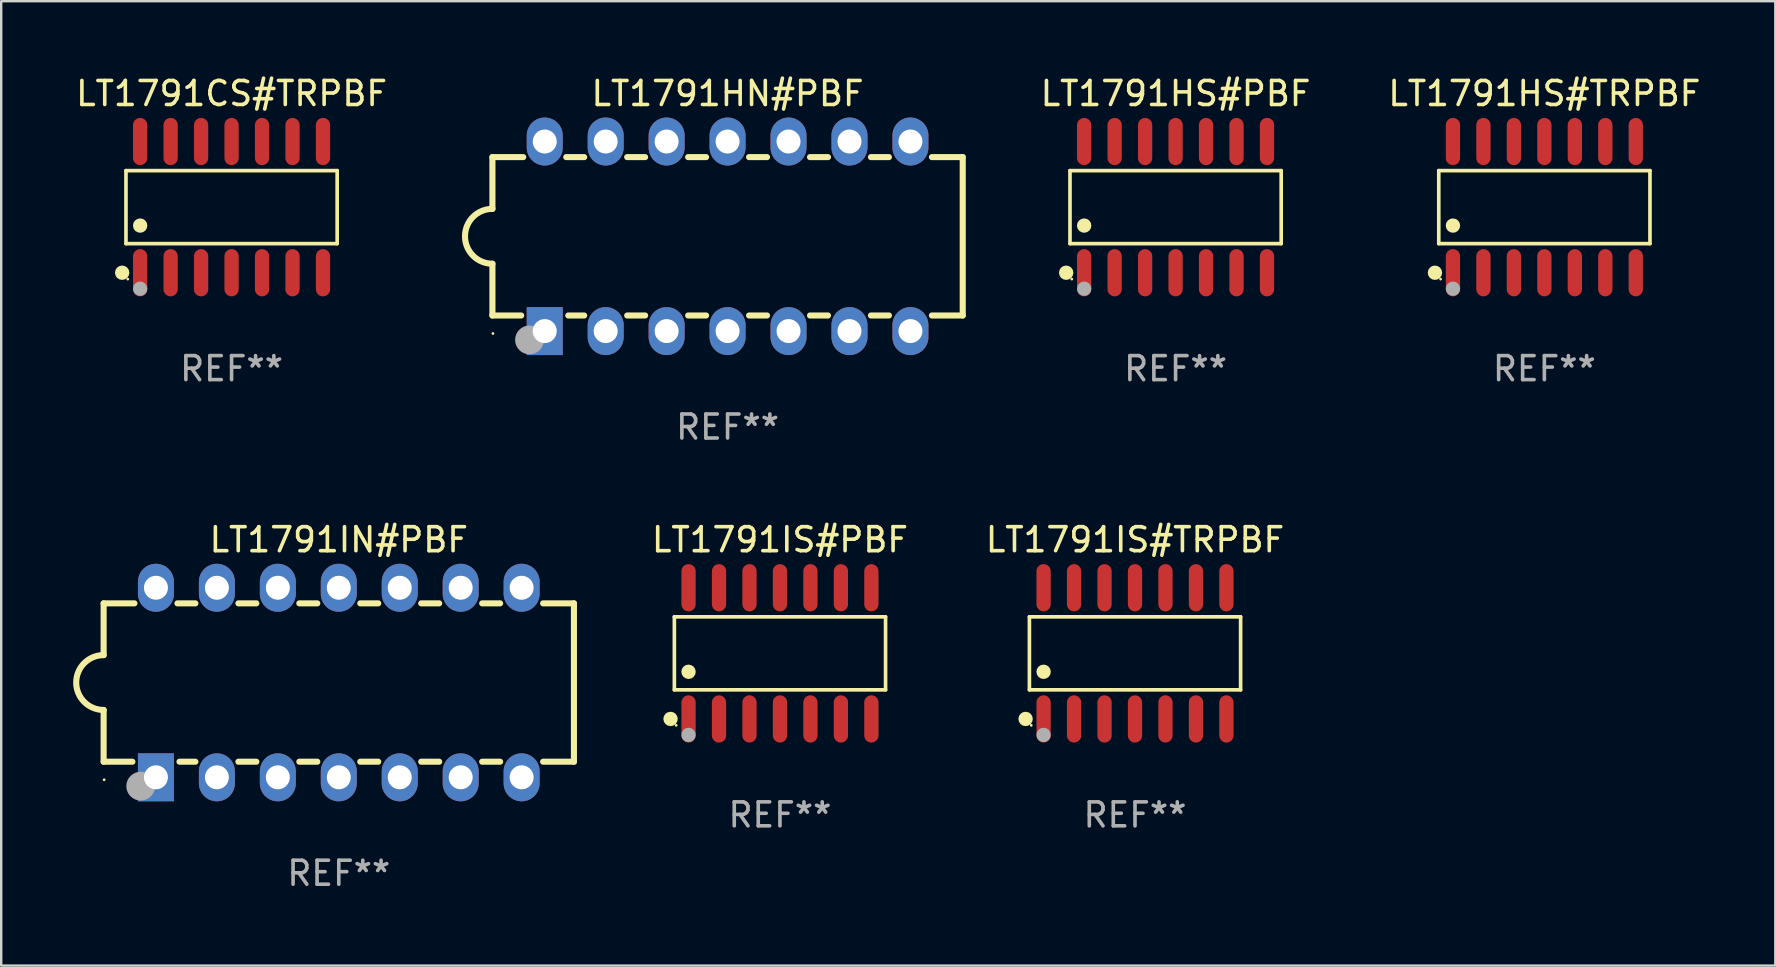
<source format=kicad_pcb>
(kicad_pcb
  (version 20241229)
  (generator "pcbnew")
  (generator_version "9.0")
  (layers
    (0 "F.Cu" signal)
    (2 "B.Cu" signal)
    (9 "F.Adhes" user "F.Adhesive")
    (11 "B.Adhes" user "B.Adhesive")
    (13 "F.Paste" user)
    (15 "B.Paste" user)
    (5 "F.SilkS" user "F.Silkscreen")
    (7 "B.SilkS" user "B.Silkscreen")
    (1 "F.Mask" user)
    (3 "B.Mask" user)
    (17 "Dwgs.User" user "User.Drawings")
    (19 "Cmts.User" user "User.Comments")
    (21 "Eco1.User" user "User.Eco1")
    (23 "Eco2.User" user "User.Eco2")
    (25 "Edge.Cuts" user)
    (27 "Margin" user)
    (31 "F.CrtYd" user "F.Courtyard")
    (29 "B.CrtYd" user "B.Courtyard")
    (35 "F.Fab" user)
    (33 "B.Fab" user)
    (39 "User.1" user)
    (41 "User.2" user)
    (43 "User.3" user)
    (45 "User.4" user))
  (footprint "LT1791HS#PBF"
    (layer "F.Cu")
    (at 45.943 5.582)
    (property "Reference" "LT1791HS#PBF" (at 0 -4.734 0) (layer "F.SilkS") (effects (font (size 1 1) (thickness 0.15))))
    (attr through_hole)
    (fp_line (start -4.401 -1.521) (end 4.401 -1.521) (stroke (width 0.152) (type solid)) (layer "F.SilkS"))
    (fp_line (start -4.401 1.521) (end -4.401 -1.521) (stroke (width 0.152) (type solid)) (layer "F.SilkS"))
    (fp_line (start 4.401 -1.521) (end 4.401 1.521) (stroke (width 0.152) (type solid)) (layer "F.SilkS"))
    (fp_line (start 4.401 1.521) (end -4.401 1.521) (stroke (width 0.152) (type solid)) (layer "F.SilkS"))
    (fp_circle (center -4.56 2.734) (end -4.41 2.734) (stroke (width 0.3) (type solid)) (fill no) (layer "F.SilkS"))
    (fp_circle (center -4.325 3) (end -4.295 3) (stroke (width 0.06) (type solid)) (fill no) (layer "F.SilkS"))
    (fp_circle (center -3.81 0.769) (end -3.66 0.769) (stroke (width 0.3) (type solid)) (fill no) (layer "F.SilkS"))
    (fp_circle (center -3.81 3.4) (end -3.66 3.4) (stroke (width 0.3) (type solid)) (fill no) (layer "F.Fab"))
    (fp_text user "REF**" (at 0 6.734 0) (layer "F.Fab") (effects (font (size 1 1) (thickness 0.15))))
    (pad "1" smd oval (at -3.81 2.734) (size 0.595 1.968) (layers "F.Cu" "F.Mask" "F.Paste"))
    (pad "2" smd oval (at -2.54 2.734) (size 0.595 1.968) (layers "F.Cu" "F.Mask" "F.Paste"))
    (pad "3" smd oval (at -1.27 2.734) (size 0.595 1.968) (layers "F.Cu" "F.Mask" "F.Paste"))
    (pad "4" smd oval (at 0 2.734) (size 0.595 1.968) (layers "F.Cu" "F.Mask" "F.Paste"))
    (pad "5" smd oval (at 1.27 2.734) (size 0.595 1.968) (layers "F.Cu" "F.Mask" "F.Paste"))
    (pad "6" smd oval (at 2.54 2.734) (size 0.595 1.968) (layers "F.Cu" "F.Mask" "F.Paste"))
    (pad "7" smd oval (at 3.81 2.734) (size 0.595 1.968) (layers "F.Cu" "F.Mask" "F.Paste"))
    (pad "8" smd oval (at 3.81 -2.734) (size 0.595 1.968) (layers "F.Cu" "F.Mask" "F.Paste"))
    (pad "9" smd oval (at 2.54 -2.734) (size 0.595 1.968) (layers "F.Cu" "F.Mask" "F.Paste"))
    (pad "10" smd oval (at 1.27 -2.734) (size 0.595 1.968) (layers "F.Cu" "F.Mask" "F.Paste"))
    (pad "11" smd oval (at 0 -2.734) (size 0.595 1.968) (layers "F.Cu" "F.Mask" "F.Paste"))
    (pad "12" smd oval (at -1.27 -2.734) (size 0.595 1.968) (layers "F.Cu" "F.Mask" "F.Paste"))
    (pad "13" smd oval (at -2.54 -2.734) (size 0.595 1.968) (layers "F.Cu" "F.Mask" "F.Paste"))
    (pad "14" smd oval (at -3.81 -2.734) (size 0.595 1.968) (layers "F.Cu" "F.Mask" "F.Paste")))
  (footprint "LT1791IS#TRPBF"
    (layer "F.Cu")
    (at 44.252 24.178)
    (property "Reference" "LT1791IS#TRPBF" (at 0 -4.734 0) (layer "F.SilkS") (effects (font (size 1 1) (thickness 0.15))))
    (attr through_hole)
    (fp_line (start -4.401 -1.521) (end 4.401 -1.521) (stroke (width 0.152) (type solid)) (layer "F.SilkS"))
    (fp_line (start -4.401 1.521) (end -4.401 -1.521) (stroke (width 0.152) (type solid)) (layer "F.SilkS"))
    (fp_line (start 4.401 -1.521) (end 4.401 1.521) (stroke (width 0.152) (type solid)) (layer "F.SilkS"))
    (fp_line (start 4.401 1.521) (end -4.401 1.521) (stroke (width 0.152) (type solid)) (layer "F.SilkS"))
    (fp_circle (center -4.56 2.734) (end -4.41 2.734) (stroke (width 0.3) (type solid)) (fill no) (layer "F.SilkS"))
    (fp_circle (center -4.325 3) (end -4.295 3) (stroke (width 0.06) (type solid)) (fill no) (layer "F.SilkS"))
    (fp_circle (center -3.81 0.769) (end -3.66 0.769) (stroke (width 0.3) (type solid)) (fill no) (layer "F.SilkS"))
    (fp_circle (center -3.81 3.4) (end -3.66 3.4) (stroke (width 0.3) (type solid)) (fill no) (layer "F.Fab"))
    (fp_text user "REF**" (at 0 6.734 0) (layer "F.Fab") (effects (font (size 1 1) (thickness 0.15))))
    (pad "1" smd oval (at -3.81 2.734) (size 0.595 1.968) (layers "F.Cu" "F.Mask" "F.Paste"))
    (pad "2" smd oval (at -2.54 2.734) (size 0.595 1.968) (layers "F.Cu" "F.Mask" "F.Paste"))
    (pad "3" smd oval (at -1.27 2.734) (size 0.595 1.968) (layers "F.Cu" "F.Mask" "F.Paste"))
    (pad "4" smd oval (at 0 2.734) (size 0.595 1.968) (layers "F.Cu" "F.Mask" "F.Paste"))
    (pad "5" smd oval (at 1.27 2.734) (size 0.595 1.968) (layers "F.Cu" "F.Mask" "F.Paste"))
    (pad "6" smd oval (at 2.54 2.734) (size 0.595 1.968) (layers "F.Cu" "F.Mask" "F.Paste"))
    (pad "7" smd oval (at 3.81 2.734) (size 0.595 1.968) (layers "F.Cu" "F.Mask" "F.Paste"))
    (pad "8" smd oval (at 3.81 -2.734) (size 0.595 1.968) (layers "F.Cu" "F.Mask" "F.Paste"))
    (pad "9" smd oval (at 2.54 -2.734) (size 0.595 1.968) (layers "F.Cu" "F.Mask" "F.Paste"))
    (pad "10" smd oval (at 1.27 -2.734) (size 0.595 1.968) (layers "F.Cu" "F.Mask" "F.Paste"))
    (pad "11" smd oval (at 0 -2.734) (size 0.595 1.968) (layers "F.Cu" "F.Mask" "F.Paste"))
    (pad "12" smd oval (at -1.27 -2.734) (size 0.595 1.968) (layers "F.Cu" "F.Mask" "F.Paste"))
    (pad "13" smd oval (at -2.54 -2.734) (size 0.595 1.968) (layers "F.Cu" "F.Mask" "F.Paste"))
    (pad "14" smd oval (at -3.81 -2.734) (size 0.595 1.968) (layers "F.Cu" "F.Mask" "F.Paste")))
  (footprint "LT1791IS#PBF"
    (layer "F.Cu")
    (at 29.455 24.178)
    (property "Reference" "LT1791IS#PBF" (at 0 -4.734 0) (layer "F.SilkS") (effects (font (size 1 1) (thickness 0.15))))
    (attr through_hole)
    (fp_line (start -4.401 -1.521) (end 4.401 -1.521) (stroke (width 0.152) (type solid)) (layer "F.SilkS"))
    (fp_line (start -4.401 1.521) (end -4.401 -1.521) (stroke (width 0.152) (type solid)) (layer "F.SilkS"))
    (fp_line (start 4.401 -1.521) (end 4.401 1.521) (stroke (width 0.152) (type solid)) (layer "F.SilkS"))
    (fp_line (start 4.401 1.521) (end -4.401 1.521) (stroke (width 0.152) (type solid)) (layer "F.SilkS"))
    (fp_circle (center -4.56 2.734) (end -4.41 2.734) (stroke (width 0.3) (type solid)) (fill no) (layer "F.SilkS"))
    (fp_circle (center -4.325 3) (end -4.295 3) (stroke (width 0.06) (type solid)) (fill no) (layer "F.SilkS"))
    (fp_circle (center -3.81 0.769) (end -3.66 0.769) (stroke (width 0.3) (type solid)) (fill no) (layer "F.SilkS"))
    (fp_circle (center -3.81 3.4) (end -3.66 3.4) (stroke (width 0.3) (type solid)) (fill no) (layer "F.Fab"))
    (fp_text user "REF**" (at 0 6.734 0) (layer "F.Fab") (effects (font (size 1 1) (thickness 0.15))))
    (pad "1" smd oval (at -3.81 2.734) (size 0.595 1.968) (layers "F.Cu" "F.Mask" "F.Paste"))
    (pad "2" smd oval (at -2.54 2.734) (size 0.595 1.968) (layers "F.Cu" "F.Mask" "F.Paste"))
    (pad "3" smd oval (at -1.27 2.734) (size 0.595 1.968) (layers "F.Cu" "F.Mask" "F.Paste"))
    (pad "4" smd oval (at 0 2.734) (size 0.595 1.968) (layers "F.Cu" "F.Mask" "F.Paste"))
    (pad "5" smd oval (at 1.27 2.734) (size 0.595 1.968) (layers "F.Cu" "F.Mask" "F.Paste"))
    (pad "6" smd oval (at 2.54 2.734) (size 0.595 1.968) (layers "F.Cu" "F.Mask" "F.Paste"))
    (pad "7" smd oval (at 3.81 2.734) (size 0.595 1.968) (layers "F.Cu" "F.Mask" "F.Paste"))
    (pad "8" smd oval (at 3.81 -2.734) (size 0.595 1.968) (layers "F.Cu" "F.Mask" "F.Paste"))
    (pad "9" smd oval (at 2.54 -2.734) (size 0.595 1.968) (layers "F.Cu" "F.Mask" "F.Paste"))
    (pad "10" smd oval (at 1.27 -2.734) (size 0.595 1.968) (layers "F.Cu" "F.Mask" "F.Paste"))
    (pad "11" smd oval (at 0 -2.734) (size 0.595 1.968) (layers "F.Cu" "F.Mask" "F.Paste"))
    (pad "12" smd oval (at -1.27 -2.734) (size 0.595 1.968) (layers "F.Cu" "F.Mask" "F.Paste"))
    (pad "13" smd oval (at -2.54 -2.734) (size 0.595 1.968) (layers "F.Cu" "F.Mask" "F.Paste"))
    (pad "14" smd oval (at -3.81 -2.734) (size 0.595 1.968) (layers "F.Cu" "F.Mask" "F.Paste")))
  (footprint "LT1791HN#PBF"
    (layer "F.Cu")
    (at 27.272 6.798)
    (property "Reference" "LT1791HN#PBF" (at 0 -5.95 0) (layer "F.SilkS") (effects (font (size 1 1) (thickness 0.15))))
    (attr through_hole)
    (fp_line (start -9.8 -3.3) (end -9.8 -1.143) (stroke (width 0.254) (type solid)) (layer "F.SilkS"))
    (fp_line (start -9.8 -3.3) (end -8.516 -3.3) (stroke (width 0.254) (type solid)) (layer "F.SilkS"))
    (fp_line (start -9.8 3.3) (end -9.8 1.143) (stroke (width 0.254) (type solid)) (layer "F.SilkS"))
    (fp_line (start -8.601 3.3) (end -9.8 3.3) (stroke (width 0.254) (type solid)) (layer "F.SilkS"))
    (fp_line (start -6.724 -3.3) (end -5.976 -3.3) (stroke (width 0.254) (type solid)) (layer "F.SilkS"))
    (fp_line (start -5.976 3.3) (end -6.639 3.3) (stroke (width 0.254) (type solid)) (layer "F.SilkS"))
    (fp_line (start -4.184 -3.3) (end -3.436 -3.3) (stroke (width 0.254) (type solid)) (layer "F.SilkS"))
    (fp_line (start -3.436 3.3) (end -4.184 3.3) (stroke (width 0.254) (type solid)) (layer "F.SilkS"))
    (fp_line (start -1.644 -3.3) (end -0.896 -3.3) (stroke (width 0.254) (type solid)) (layer "F.SilkS"))
    (fp_line (start -0.896 3.3) (end -1.644 3.3) (stroke (width 0.254) (type solid)) (layer "F.SilkS"))
    (fp_line (start 0.896 -3.3) (end 1.644 -3.3) (stroke (width 0.254) (type solid)) (layer "F.SilkS"))
    (fp_line (start 1.644 3.3) (end 0.896 3.3) (stroke (width 0.254) (type solid)) (layer "F.SilkS"))
    (fp_line (start 3.436 -3.3) (end 4.184 -3.3) (stroke (width 0.254) (type solid)) (layer "F.SilkS"))
    (fp_line (start 4.184 3.3) (end 3.436 3.3) (stroke (width 0.254) (type solid)) (layer "F.SilkS"))
    (fp_line (start 5.976 -3.3) (end 6.724 -3.3) (stroke (width 0.254) (type solid)) (layer "F.SilkS"))
    (fp_line (start 6.724 3.3) (end 5.976 3.3) (stroke (width 0.254) (type solid)) (layer "F.SilkS"))
    (fp_line (start 8.516 -3.3) (end 9.8 -3.3) (stroke (width 0.254) (type solid)) (layer "F.SilkS"))
    (fp_line (start 9.8 -3.3) (end 9.8 3.3) (stroke (width 0.254) (type solid)) (layer "F.SilkS"))
    (fp_line (start 9.8 3.3) (end 8.516 3.3) (stroke (width 0.254) (type solid)) (layer "F.SilkS"))
    (fp_arc (start -9.800038 1.143002) (mid -10.942354 -0.000343) (end -9.799352 -1.143002) (stroke (width 0.254001) (type solid)) (layer "F.SilkS"))
    (fp_circle (center -9.779 4.051) (end -9.749 4.051) (stroke (width 0.06) (type solid)) (fill no) (layer "F.SilkS"))
    (fp_circle (center -8.255 4.318) (end -7.955 4.318) (stroke (width 0.6) (type solid)) (fill no) (layer "F.Fab"))
    (fp_text user "REF**" (at 0 7.95 0) (layer "F.Fab") (effects (font (size 1 1) (thickness 0.15))))
    (pad "1" thru_hole rect (at -7.62 3.95 90) (size 2 1.5) (drill 1) (layers "*.Cu" "*.Mask"))
    (pad "2" thru_hole oval (at -5.08 3.95 90) (size 2 1.5) (drill 1) (layers "*.Cu" "*.Mask"))
    (pad "3" thru_hole oval (at -2.54 3.95 90) (size 2 1.5) (drill 1) (layers "*.Cu" "*.Mask"))
    (pad "4" thru_hole oval (at -0.000013 3.95 90) (size 2 1.5) (drill 1) (layers "*.Cu" "*.Mask"))
    (pad "5" thru_hole oval (at 2.54 3.95 90) (size 2 1.5) (drill 1) (layers "*.Cu" "*.Mask"))
    (pad "6" thru_hole oval (at 5.08 3.95 90) (size 2 1.5) (drill 1) (layers "*.Cu" "*.Mask"))
    (pad "7" thru_hole oval (at 7.62 3.95 90) (size 2 1.5) (drill 1) (layers "*.Cu" "*.Mask"))
    (pad "8" thru_hole oval (at 7.62 -3.95 90) (size 2 1.5) (drill 1) (layers "*.Cu" "*.Mask"))
    (pad "9" thru_hole oval (at 5.08 -3.95 90) (size 2 1.5) (drill 1) (layers "*.Cu" "*.Mask"))
    (pad "10" thru_hole oval (at 2.54 -3.95 90) (size 2 1.5) (drill 1) (layers "*.Cu" "*.Mask"))
    (pad "11" thru_hole oval (at -0.000013 -3.95 90) (size 2 1.5) (drill 1) (layers "*.Cu" "*.Mask"))
    (pad "12" thru_hole oval (at -2.54 -3.95 90) (size 2 1.5) (drill 1) (layers "*.Cu" "*.Mask"))
    (pad "13" thru_hole oval (at -5.08 -3.95 90) (size 2 1.5) (drill 1) (layers "*.Cu" "*.Mask"))
    (pad "14" thru_hole oval (at -7.62 -3.95 90) (size 2 1.5) (drill 1) (layers "*.Cu" "*.Mask")))
  (footprint "LT1791HS#TRPBF"
    (layer "F.Cu")
    (at 61.312 5.582)
    (property "Reference" "LT1791HS#TRPBF" (at 0 -4.734 0) (layer "F.SilkS") (effects (font (size 1 1) (thickness 0.15))))
    (attr through_hole)
    (fp_line (start -4.401 -1.521) (end 4.401 -1.521) (stroke (width 0.152) (type solid)) (layer "F.SilkS"))
    (fp_line (start -4.401 1.521) (end -4.401 -1.521) (stroke (width 0.152) (type solid)) (layer "F.SilkS"))
    (fp_line (start 4.401 -1.521) (end 4.401 1.521) (stroke (width 0.152) (type solid)) (layer "F.SilkS"))
    (fp_line (start 4.401 1.521) (end -4.401 1.521) (stroke (width 0.152) (type solid)) (layer "F.SilkS"))
    (fp_circle (center -4.56 2.734) (end -4.41 2.734) (stroke (width 0.3) (type solid)) (fill no) (layer "F.SilkS"))
    (fp_circle (center -4.325 3) (end -4.295 3) (stroke (width 0.06) (type solid)) (fill no) (layer "F.SilkS"))
    (fp_circle (center -3.81 0.769) (end -3.66 0.769) (stroke (width 0.3) (type solid)) (fill no) (layer "F.SilkS"))
    (fp_circle (center -3.81 3.4) (end -3.66 3.4) (stroke (width 0.3) (type solid)) (fill no) (layer "F.Fab"))
    (fp_text user "REF**" (at 0 6.734 0) (layer "F.Fab") (effects (font (size 1 1) (thickness 0.15))))
    (pad "1" smd oval (at -3.81 2.734) (size 0.595 1.968) (layers "F.Cu" "F.Mask" "F.Paste"))
    (pad "2" smd oval (at -2.54 2.734) (size 0.595 1.968) (layers "F.Cu" "F.Mask" "F.Paste"))
    (pad "3" smd oval (at -1.27 2.734) (size 0.595 1.968) (layers "F.Cu" "F.Mask" "F.Paste"))
    (pad "4" smd oval (at 0 2.734) (size 0.595 1.968) (layers "F.Cu" "F.Mask" "F.Paste"))
    (pad "5" smd oval (at 1.27 2.734) (size 0.595 1.968) (layers "F.Cu" "F.Mask" "F.Paste"))
    (pad "6" smd oval (at 2.54 2.734) (size 0.595 1.968) (layers "F.Cu" "F.Mask" "F.Paste"))
    (pad "7" smd oval (at 3.81 2.734) (size 0.595 1.968) (layers "F.Cu" "F.Mask" "F.Paste"))
    (pad "8" smd oval (at 3.81 -2.734) (size 0.595 1.968) (layers "F.Cu" "F.Mask" "F.Paste"))
    (pad "9" smd oval (at 2.54 -2.734) (size 0.595 1.968) (layers "F.Cu" "F.Mask" "F.Paste"))
    (pad "10" smd oval (at 1.27 -2.734) (size 0.595 1.968) (layers "F.Cu" "F.Mask" "F.Paste"))
    (pad "11" smd oval (at 0 -2.734) (size 0.595 1.968) (layers "F.Cu" "F.Mask" "F.Paste"))
    (pad "12" smd oval (at -1.27 -2.734) (size 0.595 1.968) (layers "F.Cu" "F.Mask" "F.Paste"))
    (pad "13" smd oval (at -2.54 -2.734) (size 0.595 1.968) (layers "F.Cu" "F.Mask" "F.Paste"))
    (pad "14" smd oval (at -3.81 -2.734) (size 0.595 1.968) (layers "F.Cu" "F.Mask" "F.Paste")))
  (footprint "LT1791CS#TRPBF"
    (layer "F.Cu")
    (at 6.601 5.582)
    (property "Reference" "LT1791CS#TRPBF" (at 0 -4.734 0) (layer "F.SilkS") (effects (font (size 1 1) (thickness 0.15))))
    (attr through_hole)
    (fp_line (start -4.401 -1.521) (end 4.401 -1.521) (stroke (width 0.152) (type solid)) (layer "F.SilkS"))
    (fp_line (start -4.401 1.521) (end -4.401 -1.521) (stroke (width 0.152) (type solid)) (layer "F.SilkS"))
    (fp_line (start 4.401 -1.521) (end 4.401 1.521) (stroke (width 0.152) (type solid)) (layer "F.SilkS"))
    (fp_line (start 4.401 1.521) (end -4.401 1.521) (stroke (width 0.152) (type solid)) (layer "F.SilkS"))
    (fp_circle (center -4.56 2.734) (end -4.41 2.734) (stroke (width 0.3) (type solid)) (fill no) (layer "F.SilkS"))
    (fp_circle (center -4.325 3) (end -4.295 3) (stroke (width 0.06) (type solid)) (fill no) (layer "F.SilkS"))
    (fp_circle (center -3.81 0.769) (end -3.66 0.769) (stroke (width 0.3) (type solid)) (fill no) (layer "F.SilkS"))
    (fp_circle (center -3.81 3.4) (end -3.66 3.4) (stroke (width 0.3) (type solid)) (fill no) (layer "F.Fab"))
    (fp_text user "REF**" (at 0 6.734 0) (layer "F.Fab") (effects (font (size 1 1) (thickness 0.15))))
    (pad "1" smd oval (at -3.81 2.734) (size 0.595 1.968) (layers "F.Cu" "F.Mask" "F.Paste"))
    (pad "2" smd oval (at -2.54 2.734) (size 0.595 1.968) (layers "F.Cu" "F.Mask" "F.Paste"))
    (pad "3" smd oval (at -1.27 2.734) (size 0.595 1.968) (layers "F.Cu" "F.Mask" "F.Paste"))
    (pad "4" smd oval (at 0 2.734) (size 0.595 1.968) (layers "F.Cu" "F.Mask" "F.Paste"))
    (pad "5" smd oval (at 1.27 2.734) (size 0.595 1.968) (layers "F.Cu" "F.Mask" "F.Paste"))
    (pad "6" smd oval (at 2.54 2.734) (size 0.595 1.968) (layers "F.Cu" "F.Mask" "F.Paste"))
    (pad "7" smd oval (at 3.81 2.734) (size 0.595 1.968) (layers "F.Cu" "F.Mask" "F.Paste"))
    (pad "8" smd oval (at 3.81 -2.734) (size 0.595 1.968) (layers "F.Cu" "F.Mask" "F.Paste"))
    (pad "9" smd oval (at 2.54 -2.734) (size 0.595 1.968) (layers "F.Cu" "F.Mask" "F.Paste"))
    (pad "10" smd oval (at 1.27 -2.734) (size 0.595 1.968) (layers "F.Cu" "F.Mask" "F.Paste"))
    (pad "11" smd oval (at 0 -2.734) (size 0.595 1.968) (layers "F.Cu" "F.Mask" "F.Paste"))
    (pad "12" smd oval (at -1.27 -2.734) (size 0.595 1.968) (layers "F.Cu" "F.Mask" "F.Paste"))
    (pad "13" smd oval (at -2.54 -2.734) (size 0.595 1.968) (layers "F.Cu" "F.Mask" "F.Paste"))
    (pad "14" smd oval (at -3.81 -2.734) (size 0.595 1.968) (layers "F.Cu" "F.Mask" "F.Paste")))
  (footprint "LT1791IN#PBF"
    (layer "F.Cu")
    (at 11.069 25.395)
    (property "Reference" "LT1791IN#PBF" (at 0 -5.95 0) (layer "F.SilkS") (effects (font (size 1 1) (thickness 0.15))))
    (attr through_hole)
    (fp_line (start -9.8 -3.3) (end -9.8 -1.143) (stroke (width 0.254) (type solid)) (layer "F.SilkS"))
    (fp_line (start -9.8 -3.3) (end -8.516 -3.3) (stroke (width 0.254) (type solid)) (layer "F.SilkS"))
    (fp_line (start -9.8 3.3) (end -9.8 1.143) (stroke (width 0.254) (type solid)) (layer "F.SilkS"))
    (fp_line (start -8.601 3.3) (end -9.8 3.3) (stroke (width 0.254) (type solid)) (layer "F.SilkS"))
    (fp_line (start -6.724 -3.3) (end -5.976 -3.3) (stroke (width 0.254) (type solid)) (layer "F.SilkS"))
    (fp_line (start -5.976 3.3) (end -6.639 3.3) (stroke (width 0.254) (type solid)) (layer "F.SilkS"))
    (fp_line (start -4.184 -3.3) (end -3.436 -3.3) (stroke (width 0.254) (type solid)) (layer "F.SilkS"))
    (fp_line (start -3.436 3.3) (end -4.184 3.3) (stroke (width 0.254) (type solid)) (layer "F.SilkS"))
    (fp_line (start -1.644 -3.3) (end -0.896 -3.3) (stroke (width 0.254) (type solid)) (layer "F.SilkS"))
    (fp_line (start -0.896 3.3) (end -1.644 3.3) (stroke (width 0.254) (type solid)) (layer "F.SilkS"))
    (fp_line (start 0.896 -3.3) (end 1.644 -3.3) (stroke (width 0.254) (type solid)) (layer "F.SilkS"))
    (fp_line (start 1.644 3.3) (end 0.896 3.3) (stroke (width 0.254) (type solid)) (layer "F.SilkS"))
    (fp_line (start 3.436 -3.3) (end 4.184 -3.3) (stroke (width 0.254) (type solid)) (layer "F.SilkS"))
    (fp_line (start 4.184 3.3) (end 3.436 3.3) (stroke (width 0.254) (type solid)) (layer "F.SilkS"))
    (fp_line (start 5.976 -3.3) (end 6.724 -3.3) (stroke (width 0.254) (type solid)) (layer "F.SilkS"))
    (fp_line (start 6.724 3.3) (end 5.976 3.3) (stroke (width 0.254) (type solid)) (layer "F.SilkS"))
    (fp_line (start 8.516 -3.3) (end 9.8 -3.3) (stroke (width 0.254) (type solid)) (layer "F.SilkS"))
    (fp_line (start 9.8 -3.3) (end 9.8 3.3) (stroke (width 0.254) (type solid)) (layer "F.SilkS"))
    (fp_line (start 9.8 3.3) (end 8.516 3.3) (stroke (width 0.254) (type solid)) (layer "F.SilkS"))
    (fp_arc (start -9.800038 1.143002) (mid -10.942354 -0.000343) (end -9.799352 -1.143002) (stroke (width 0.254001) (type solid)) (layer "F.SilkS"))
    (fp_circle (center -9.779 4.051) (end -9.749 4.051) (stroke (width 0.06) (type solid)) (fill no) (layer "F.SilkS"))
    (fp_circle (center -8.255 4.318) (end -7.955 4.318) (stroke (width 0.6) (type solid)) (fill no) (layer "F.Fab"))
    (fp_text user "REF**" (at 0 7.95 0) (layer "F.Fab") (effects (font (size 1 1) (thickness 0.15))))
    (pad "1" thru_hole rect (at -7.62 3.95 90) (size 2 1.5) (drill 1) (layers "*.Cu" "*.Mask"))
    (pad "2" thru_hole oval (at -5.08 3.95 90) (size 2 1.5) (drill 1) (layers "*.Cu" "*.Mask"))
    (pad "3" thru_hole oval (at -2.54 3.95 90) (size 2 1.5) (drill 1) (layers "*.Cu" "*.Mask"))
    (pad "4" thru_hole oval (at -0.000013 3.95 90) (size 2 1.5) (drill 1) (layers "*.Cu" "*.Mask"))
    (pad "5" thru_hole oval (at 2.54 3.95 90) (size 2 1.5) (drill 1) (layers "*.Cu" "*.Mask"))
    (pad "6" thru_hole oval (at 5.08 3.95 90) (size 2 1.5) (drill 1) (layers "*.Cu" "*.Mask"))
    (pad "7" thru_hole oval (at 7.62 3.95 90) (size 2 1.5) (drill 1) (layers "*.Cu" "*.Mask"))
    (pad "8" thru_hole oval (at 7.62 -3.95 90) (size 2 1.5) (drill 1) (layers "*.Cu" "*.Mask"))
    (pad "9" thru_hole oval (at 5.08 -3.95 90) (size 2 1.5) (drill 1) (layers "*.Cu" "*.Mask"))
    (pad "10" thru_hole oval (at 2.54 -3.95 90) (size 2 1.5) (drill 1) (layers "*.Cu" "*.Mask"))
    (pad "11" thru_hole oval (at -0.000013 -3.95 90) (size 2 1.5) (drill 1) (layers "*.Cu" "*.Mask"))
    (pad "12" thru_hole oval (at -2.54 -3.95 90) (size 2 1.5) (drill 1) (layers "*.Cu" "*.Mask"))
    (pad "13" thru_hole oval (at -5.08 -3.95 90) (size 2 1.5) (drill 1) (layers "*.Cu" "*.Mask"))
    (pad "14" thru_hole oval (at -7.62 -3.95 90) (size 2 1.5) (drill 1) (layers "*.Cu" "*.Mask")))
  (gr_rect
    (start -3 -3)
    (end 70.937 37.193)
    (stroke (width 0.1) (type default))
    (fill no)
    (layer "Edge.Cuts")))
</source>
